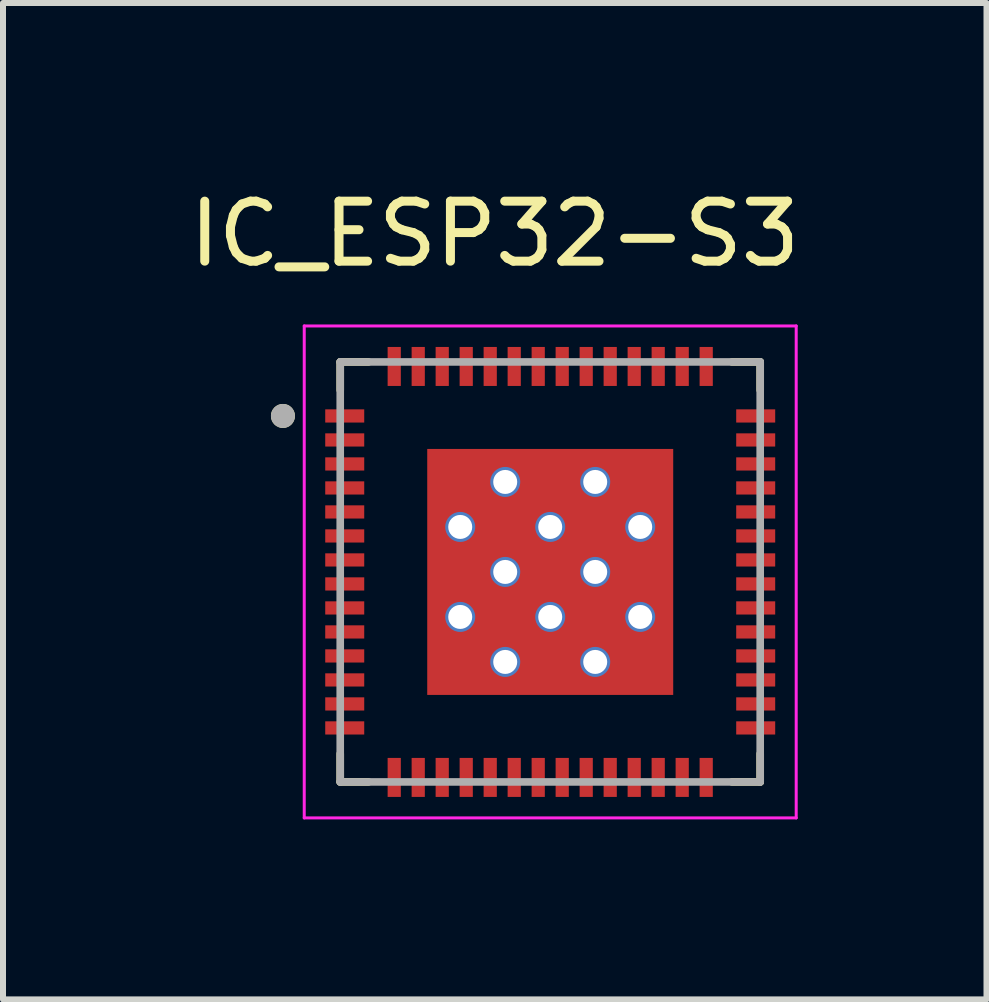
<source format=kicad_pcb>
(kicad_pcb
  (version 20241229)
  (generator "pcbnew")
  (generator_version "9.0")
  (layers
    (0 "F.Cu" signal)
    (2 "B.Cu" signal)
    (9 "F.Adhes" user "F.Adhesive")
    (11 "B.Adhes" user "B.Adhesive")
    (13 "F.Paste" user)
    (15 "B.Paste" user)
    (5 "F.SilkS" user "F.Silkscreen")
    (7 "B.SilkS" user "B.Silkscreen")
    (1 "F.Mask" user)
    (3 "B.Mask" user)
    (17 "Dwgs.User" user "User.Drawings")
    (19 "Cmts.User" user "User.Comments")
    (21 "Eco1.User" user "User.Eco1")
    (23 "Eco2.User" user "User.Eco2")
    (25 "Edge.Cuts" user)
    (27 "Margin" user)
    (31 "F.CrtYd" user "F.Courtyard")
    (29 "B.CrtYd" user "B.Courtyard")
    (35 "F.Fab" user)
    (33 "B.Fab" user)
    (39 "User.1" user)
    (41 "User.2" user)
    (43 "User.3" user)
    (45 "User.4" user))
  (footprint "IC_ESP32-S3"
    (layer "F.Cu")
    (at 6.121 6.483)
    (property "Reference" "IC_ESP32-S3" (at -0.925 -5.635 0) (layer "F.SilkS") (effects (font (size 1 1) (thickness 0.15))))
    (attr smd)
    (fp_poly (pts (xy -3.8 -2.76) (xy -3.05 -2.76) (xy -3.05 -2.44) (xy -3.8 -2.44)) (stroke (width 0.01) (type solid)) (fill yes) (layer "F.Mask"))
    (fp_poly (pts (xy -3.8 -2.36) (xy -3.05 -2.36) (xy -3.05 -2.04) (xy -3.8 -2.04)) (stroke (width 0.01) (type solid)) (fill yes) (layer "F.Mask"))
    (fp_poly (pts (xy -3.8 -1.96) (xy -3.05 -1.96) (xy -3.05 -1.64) (xy -3.8 -1.64)) (stroke (width 0.01) (type solid)) (fill yes) (layer "F.Mask"))
    (fp_poly (pts (xy -3.8 -1.56) (xy -3.05 -1.56) (xy -3.05 -1.24) (xy -3.8 -1.24)) (stroke (width 0.01) (type solid)) (fill yes) (layer "F.Mask"))
    (fp_poly (pts (xy -3.8 -1.16) (xy -3.05 -1.16) (xy -3.05 -0.84) (xy -3.8 -0.84)) (stroke (width 0.01) (type solid)) (fill yes) (layer "F.Mask"))
    (fp_poly (pts (xy -3.8 -0.76) (xy -3.05 -0.76) (xy -3.05 -0.44) (xy -3.8 -0.44)) (stroke (width 0.01) (type solid)) (fill yes) (layer "F.Mask"))
    (fp_poly (pts (xy -3.8 -0.36) (xy -3.05 -0.36) (xy -3.05 -0.04) (xy -3.8 -0.04)) (stroke (width 0.01) (type solid)) (fill yes) (layer "F.Mask"))
    (fp_poly (pts (xy -3.8 0.04) (xy -3.05 0.04) (xy -3.05 0.36) (xy -3.8 0.36)) (stroke (width 0.01) (type solid)) (fill yes) (layer "F.Mask"))
    (fp_poly (pts (xy -3.8 0.44) (xy -3.05 0.44) (xy -3.05 0.76) (xy -3.8 0.76)) (stroke (width 0.01) (type solid)) (fill yes) (layer "F.Mask"))
    (fp_poly (pts (xy -3.8 0.84) (xy -3.05 0.84) (xy -3.05 1.16) (xy -3.8 1.16)) (stroke (width 0.01) (type solid)) (fill yes) (layer "F.Mask"))
    (fp_poly (pts (xy -3.8 1.24) (xy -3.05 1.24) (xy -3.05 1.56) (xy -3.8 1.56)) (stroke (width 0.01) (type solid)) (fill yes) (layer "F.Mask"))
    (fp_poly (pts (xy -3.8 1.64) (xy -3.05 1.64) (xy -3.05 1.96) (xy -3.8 1.96)) (stroke (width 0.01) (type solid)) (fill yes) (layer "F.Mask"))
    (fp_poly (pts (xy -3.8 2.04) (xy -3.05 2.04) (xy -3.05 2.36) (xy -3.8 2.36)) (stroke (width 0.01) (type solid)) (fill yes) (layer "F.Mask"))
    (fp_poly (pts (xy -3.8 2.44) (xy -3.05 2.44) (xy -3.05 2.76) (xy -3.8 2.76)) (stroke (width 0.01) (type solid)) (fill yes) (layer "F.Mask"))
    (fp_poly (pts (xy -2.76 -3.8) (xy -2.44 -3.8) (xy -2.44 -3.05) (xy -2.76 -3.05)) (stroke (width 0.01) (type solid)) (fill yes) (layer "F.Mask"))
    (fp_poly (pts (xy -2.76 3.05) (xy -2.44 3.05) (xy -2.44 3.8) (xy -2.76 3.8)) (stroke (width 0.01) (type solid)) (fill yes) (layer "F.Mask"))
    (fp_poly (pts (xy -2.36 -3.8) (xy -2.04 -3.8) (xy -2.04 -3.05) (xy -2.36 -3.05)) (stroke (width 0.01) (type solid)) (fill yes) (layer "F.Mask"))
    (fp_poly (pts (xy -2.36 3.05) (xy -2.04 3.05) (xy -2.04 3.8) (xy -2.36 3.8)) (stroke (width 0.01) (type solid)) (fill yes) (layer "F.Mask"))
    (fp_poly (pts (xy -1.96 -3.8) (xy -1.64 -3.8) (xy -1.64 -3.05) (xy -1.96 -3.05)) (stroke (width 0.01) (type solid)) (fill yes) (layer "F.Mask"))
    (fp_poly (pts (xy -1.96 3.05) (xy -1.64 3.05) (xy -1.64 3.8) (xy -1.96 3.8)) (stroke (width 0.01) (type solid)) (fill yes) (layer "F.Mask"))
    (fp_poly (pts (xy -1.56 -3.8) (xy -1.24 -3.8) (xy -1.24 -3.05) (xy -1.56 -3.05)) (stroke (width 0.01) (type solid)) (fill yes) (layer "F.Mask"))
    (fp_poly (pts (xy -1.56 3.05) (xy -1.24 3.05) (xy -1.24 3.8) (xy -1.56 3.8)) (stroke (width 0.01) (type solid)) (fill yes) (layer "F.Mask"))
    (fp_poly (pts (xy -1.16 -3.8) (xy -0.84 -3.8) (xy -0.84 -3.05) (xy -1.16 -3.05)) (stroke (width 0.01) (type solid)) (fill yes) (layer "F.Mask"))
    (fp_poly (pts (xy -1.16 3.05) (xy -0.84 3.05) (xy -0.84 3.8) (xy -1.16 3.8)) (stroke (width 0.01) (type solid)) (fill yes) (layer "F.Mask"))
    (fp_poly (pts (xy -0.76 -3.8) (xy -0.44 -3.8) (xy -0.44 -3.05) (xy -0.76 -3.05)) (stroke (width 0.01) (type solid)) (fill yes) (layer "F.Mask"))
    (fp_poly (pts (xy -0.76 3.05) (xy -0.44 3.05) (xy -0.44 3.8) (xy -0.76 3.8)) (stroke (width 0.01) (type solid)) (fill yes) (layer "F.Mask"))
    (fp_poly (pts (xy -0.36 -3.8) (xy -0.04 -3.8) (xy -0.04 -3.05) (xy -0.36 -3.05)) (stroke (width 0.01) (type solid)) (fill yes) (layer "F.Mask"))
    (fp_poly (pts (xy -0.36 3.05) (xy -0.04 3.05) (xy -0.04 3.8) (xy -0.36 3.8)) (stroke (width 0.01) (type solid)) (fill yes) (layer "F.Mask"))
    (fp_poly (pts (xy 0.04 -3.8) (xy 0.36 -3.8) (xy 0.36 -3.05) (xy 0.04 -3.05)) (stroke (width 0.01) (type solid)) (fill yes) (layer "F.Mask"))
    (fp_poly (pts (xy 0.04 3.05) (xy 0.36 3.05) (xy 0.36 3.8) (xy 0.04 3.8)) (stroke (width 0.01) (type solid)) (fill yes) (layer "F.Mask"))
    (fp_poly (pts (xy 0.44 -3.8) (xy 0.76 -3.8) (xy 0.76 -3.05) (xy 0.44 -3.05)) (stroke (width 0.01) (type solid)) (fill yes) (layer "F.Mask"))
    (fp_poly (pts (xy 0.44 3.05) (xy 0.76 3.05) (xy 0.76 3.8) (xy 0.44 3.8)) (stroke (width 0.01) (type solid)) (fill yes) (layer "F.Mask"))
    (fp_poly (pts (xy 0.84 -3.8) (xy 1.16 -3.8) (xy 1.16 -3.05) (xy 0.84 -3.05)) (stroke (width 0.01) (type solid)) (fill yes) (layer "F.Mask"))
    (fp_poly (pts (xy 0.84 3.05) (xy 1.16 3.05) (xy 1.16 3.8) (xy 0.84 3.8)) (stroke (width 0.01) (type solid)) (fill yes) (layer "F.Mask"))
    (fp_poly (pts (xy 1.24 -3.8) (xy 1.56 -3.8) (xy 1.56 -3.05) (xy 1.24 -3.05)) (stroke (width 0.01) (type solid)) (fill yes) (layer "F.Mask"))
    (fp_poly (pts (xy 1.24 3.05) (xy 1.56 3.05) (xy 1.56 3.8) (xy 1.24 3.8)) (stroke (width 0.01) (type solid)) (fill yes) (layer "F.Mask"))
    (fp_poly (pts (xy 1.64 -3.8) (xy 1.96 -3.8) (xy 1.96 -3.05) (xy 1.64 -3.05)) (stroke (width 0.01) (type solid)) (fill yes) (layer "F.Mask"))
    (fp_poly (pts (xy 1.64 3.05) (xy 1.96 3.05) (xy 1.96 3.8) (xy 1.64 3.8)) (stroke (width 0.01) (type solid)) (fill yes) (layer "F.Mask"))
    (fp_poly (pts (xy 2.04 -3.8) (xy 2.36 -3.8) (xy 2.36 -3.05) (xy 2.04 -3.05)) (stroke (width 0.01) (type solid)) (fill yes) (layer "F.Mask"))
    (fp_poly (pts (xy 2.04 3.05) (xy 2.36 3.05) (xy 2.36 3.8) (xy 2.04 3.8)) (stroke (width 0.01) (type solid)) (fill yes) (layer "F.Mask"))
    (fp_poly (pts (xy 2.44 -3.8) (xy 2.76 -3.8) (xy 2.76 -3.05) (xy 2.44 -3.05)) (stroke (width 0.01) (type solid)) (fill yes) (layer "F.Mask"))
    (fp_poly (pts (xy 2.44 3.05) (xy 2.76 3.05) (xy 2.76 3.8) (xy 2.44 3.8)) (stroke (width 0.01) (type solid)) (fill yes) (layer "F.Mask"))
    (fp_poly (pts (xy 3.05 -2.76) (xy 3.8 -2.76) (xy 3.8 -2.44) (xy 3.05 -2.44)) (stroke (width 0.01) (type solid)) (fill yes) (layer "F.Mask"))
    (fp_poly (pts (xy 3.05 -2.36) (xy 3.8 -2.36) (xy 3.8 -2.04) (xy 3.05 -2.04)) (stroke (width 0.01) (type solid)) (fill yes) (layer "F.Mask"))
    (fp_poly (pts (xy 3.05 -1.96) (xy 3.8 -1.96) (xy 3.8 -1.64) (xy 3.05 -1.64)) (stroke (width 0.01) (type solid)) (fill yes) (layer "F.Mask"))
    (fp_poly (pts (xy 3.05 -1.56) (xy 3.8 -1.56) (xy 3.8 -1.24) (xy 3.05 -1.24)) (stroke (width 0.01) (type solid)) (fill yes) (layer "F.Mask"))
    (fp_poly (pts (xy 3.05 -1.16) (xy 3.8 -1.16) (xy 3.8 -0.84) (xy 3.05 -0.84)) (stroke (width 0.01) (type solid)) (fill yes) (layer "F.Mask"))
    (fp_poly (pts (xy 3.05 -0.76) (xy 3.8 -0.76) (xy 3.8 -0.44) (xy 3.05 -0.44)) (stroke (width 0.01) (type solid)) (fill yes) (layer "F.Mask"))
    (fp_poly (pts (xy 3.05 -0.36) (xy 3.8 -0.36) (xy 3.8 -0.04) (xy 3.05 -0.04)) (stroke (width 0.01) (type solid)) (fill yes) (layer "F.Mask"))
    (fp_poly (pts (xy 3.05 0.04) (xy 3.8 0.04) (xy 3.8 0.36) (xy 3.05 0.36)) (stroke (width 0.01) (type solid)) (fill yes) (layer "F.Mask"))
    (fp_poly (pts (xy 3.05 0.44) (xy 3.8 0.44) (xy 3.8 0.76) (xy 3.05 0.76)) (stroke (width 0.01) (type solid)) (fill yes) (layer "F.Mask"))
    (fp_poly (pts (xy 3.05 0.84) (xy 3.8 0.84) (xy 3.8 1.16) (xy 3.05 1.16)) (stroke (width 0.01) (type solid)) (fill yes) (layer "F.Mask"))
    (fp_poly (pts (xy 3.05 1.24) (xy 3.8 1.24) (xy 3.8 1.56) (xy 3.05 1.56)) (stroke (width 0.01) (type solid)) (fill yes) (layer "F.Mask"))
    (fp_poly (pts (xy 3.05 1.64) (xy 3.8 1.64) (xy 3.8 1.96) (xy 3.05 1.96)) (stroke (width 0.01) (type solid)) (fill yes) (layer "F.Mask"))
    (fp_poly (pts (xy 3.05 2.04) (xy 3.8 2.04) (xy 3.8 2.36) (xy 3.05 2.36)) (stroke (width 0.01) (type solid)) (fill yes) (layer "F.Mask"))
    (fp_poly (pts (xy 3.05 2.44) (xy 3.8 2.44) (xy 3.8 2.76) (xy 3.05 2.76)) (stroke (width 0.01) (type solid)) (fill yes) (layer "F.Mask"))
    (fp_line (start -3.5 -3.5) (end -3.5 -3.03) (stroke (width 0.127) (type solid)) (layer "F.SilkS"))
    (fp_line (start -3.5 -3.5) (end -3.03 -3.5) (stroke (width 0.127) (type solid)) (layer "F.SilkS"))
    (fp_line (start -3.5 3.5) (end -3.5 3.03) (stroke (width 0.127) (type solid)) (layer "F.SilkS"))
    (fp_line (start -3.5 3.5) (end -3.03 3.5) (stroke (width 0.127) (type solid)) (layer "F.SilkS"))
    (fp_line (start 3.5 -3.5) (end 3.03 -3.5) (stroke (width 0.127) (type solid)) (layer "F.SilkS"))
    (fp_line (start 3.5 -3.5) (end 3.5 -3.03) (stroke (width 0.127) (type solid)) (layer "F.SilkS"))
    (fp_line (start 3.5 3.5) (end 3.03 3.5) (stroke (width 0.127) (type solid)) (layer "F.SilkS"))
    (fp_line (start 3.5 3.5) (end 3.5 3.03) (stroke (width 0.127) (type solid)) (layer "F.SilkS"))
    (fp_circle (center -4.455 -2.6) (end -4.355 -2.6) (stroke (width 0.2) (type solid)) (fill no) (layer "F.SilkS"))
    (fp_poly (pts (xy -2 -2) (xy -1 -2) (xy -1 -1) (xy -2 -1)) (stroke (width 0.01) (type solid)) (fill yes) (layer "F.Paste"))
    (fp_poly (pts (xy -2 -0.5) (xy -1 -0.5) (xy -1 0.5) (xy -2 0.5)) (stroke (width 0.01) (type solid)) (fill yes) (layer "F.Paste"))
    (fp_poly (pts (xy -2 1) (xy -1 1) (xy -1 2) (xy -2 2)) (stroke (width 0.01) (type solid)) (fill yes) (layer "F.Paste"))
    (fp_poly (pts (xy -0.5 -2) (xy 0.5 -2) (xy 0.5 -1) (xy -0.5 -1)) (stroke (width 0.01) (type solid)) (fill yes) (layer "F.Paste"))
    (fp_poly (pts (xy -0.5 -0.5) (xy 0.5 -0.5) (xy 0.5 0.5) (xy -0.5 0.5)) (stroke (width 0.01) (type solid)) (fill yes) (layer "F.Paste"))
    (fp_poly (pts (xy -0.5 1) (xy 0.5 1) (xy 0.5 2) (xy -0.5 2)) (stroke (width 0.01) (type solid)) (fill yes) (layer "F.Paste"))
    (fp_poly (pts (xy 1 -2) (xy 2 -2) (xy 2 -1) (xy 1 -1)) (stroke (width 0.01) (type solid)) (fill yes) (layer "F.Paste"))
    (fp_poly (pts (xy 1 -0.5) (xy 2 -0.5) (xy 2 0.5) (xy 1 0.5)) (stroke (width 0.01) (type solid)) (fill yes) (layer "F.Paste"))
    (fp_poly (pts (xy 1 1) (xy 2 1) (xy 2 2) (xy 1 2)) (stroke (width 0.01) (type solid)) (fill yes) (layer "F.Paste"))
    (fp_line (start -4.1 -4.1) (end 4.1 -4.1) (stroke (width 0.05) (type solid)) (layer "F.CrtYd"))
    (fp_line (start -4.1 4.1) (end -4.1 -4.1) (stroke (width 0.05) (type solid)) (layer "F.CrtYd"))
    (fp_line (start -4.1 4.1) (end 4.1 4.1) (stroke (width 0.05) (type solid)) (layer "F.CrtYd"))
    (fp_line (start 4.1 4.1) (end 4.1 -4.1) (stroke (width 0.05) (type solid)) (layer "F.CrtYd"))
    (fp_line (start -3.5 3.5) (end -3.5 -3.5) (stroke (width 0.127) (type solid)) (layer "F.Fab"))
    (fp_line (start 3.5 -3.5) (end -3.5 -3.5) (stroke (width 0.127) (type solid)) (layer "F.Fab"))
    (fp_line (start 3.5 3.5) (end -3.5 3.5) (stroke (width 0.127) (type solid)) (layer "F.Fab"))
    (fp_line (start 3.5 3.5) (end 3.5 -3.5) (stroke (width 0.127) (type solid)) (layer "F.Fab"))
    (fp_circle (center -4.455 -2.6) (end -4.355 -2.6) (stroke (width 0.2) (type solid)) (fill no) (layer "F.Fab"))
    (pad "1" smd rect (at -3.425 -2.6) (size 0.65 0.22) (layers "F.Cu" "F.Paste"))
    (pad "2" smd rect (at -3.425 -2.2) (size 0.65 0.22) (layers "F.Cu" "F.Paste"))
    (pad "3" smd rect (at -3.425 -1.8) (size 0.65 0.22) (layers "F.Cu" "F.Paste"))
    (pad "4" smd rect (at -3.425 -1.4) (size 0.65 0.22) (layers "F.Cu" "F.Paste"))
    (pad "5" smd rect (at -3.425 -1) (size 0.65 0.22) (layers "F.Cu" "F.Paste"))
    (pad "6" smd rect (at -3.425 -0.6) (size 0.65 0.22) (layers "F.Cu" "F.Paste"))
    (pad "7" smd rect (at -3.425 -0.2) (size 0.65 0.22) (layers "F.Cu" "F.Paste"))
    (pad "8" smd rect (at -3.425 0.2) (size 0.65 0.22) (layers "F.Cu" "F.Paste"))
    (pad "9" smd rect (at -3.425 0.6) (size 0.65 0.22) (layers "F.Cu" "F.Paste"))
    (pad "10" smd rect (at -3.425 1) (size 0.65 0.22) (layers "F.Cu" "F.Paste"))
    (pad "11" smd rect (at -3.425 1.4) (size 0.65 0.22) (layers "F.Cu" "F.Paste"))
    (pad "12" smd rect (at -3.425 1.8) (size 0.65 0.22) (layers "F.Cu" "F.Paste"))
    (pad "13" smd rect (at -3.425 2.2) (size 0.65 0.22) (layers "F.Cu" "F.Paste"))
    (pad "14" smd rect (at -3.425 2.6) (size 0.65 0.22) (layers "F.Cu" "F.Paste"))
    (pad "15" smd rect (at -2.6 3.425) (size 0.22 0.65) (layers "F.Cu" "F.Paste"))
    (pad "16" smd rect (at -2.2 3.425) (size 0.22 0.65) (layers "F.Cu" "F.Paste"))
    (pad "17" smd rect (at -1.8 3.425) (size 0.22 0.65) (layers "F.Cu" "F.Paste"))
    (pad "18" smd rect (at -1.4 3.425) (size 0.22 0.65) (layers "F.Cu" "F.Paste"))
    (pad "19" smd rect (at -1 3.425) (size 0.22 0.65) (layers "F.Cu" "F.Paste"))
    (pad "20" smd rect (at -0.6 3.425) (size 0.22 0.65) (layers "F.Cu" "F.Paste"))
    (pad "21" smd rect (at -0.2 3.425) (size 0.22 0.65) (layers "F.Cu" "F.Paste"))
    (pad "22" smd rect (at 0.2 3.425) (size 0.22 0.65) (layers "F.Cu" "F.Paste"))
    (pad "23" smd rect (at 0.6 3.425) (size 0.22 0.65) (layers "F.Cu" "F.Paste"))
    (pad "24" smd rect (at 1 3.425) (size 0.22 0.65) (layers "F.Cu" "F.Paste"))
    (pad "25" smd rect (at 1.4 3.425) (size 0.22 0.65) (layers "F.Cu" "F.Paste"))
    (pad "26" smd rect (at 1.8 3.425) (size 0.22 0.65) (layers "F.Cu" "F.Paste"))
    (pad "27" smd rect (at 2.2 3.425) (size 0.22 0.65) (layers "F.Cu" "F.Paste"))
    (pad "28" smd rect (at 2.6 3.425) (size 0.22 0.65) (layers "F.Cu" "F.Paste"))
    (pad "29" smd rect (at 3.425 2.6) (size 0.65 0.22) (layers "F.Cu" "F.Paste"))
    (pad "30" smd rect (at 3.425 2.2) (size 0.65 0.22) (layers "F.Cu" "F.Paste"))
    (pad "31" smd rect (at 3.425 1.8) (size 0.65 0.22) (layers "F.Cu" "F.Paste"))
    (pad "32" smd rect (at 3.425 1.4) (size 0.65 0.22) (layers "F.Cu" "F.Paste"))
    (pad "33" smd rect (at 3.425 1) (size 0.65 0.22) (layers "F.Cu" "F.Paste"))
    (pad "34" smd rect (at 3.425 0.6) (size 0.65 0.22) (layers "F.Cu" "F.Paste"))
    (pad "35" smd rect (at 3.425 0.2) (size 0.65 0.22) (layers "F.Cu" "F.Paste"))
    (pad "36" smd rect (at 3.425 -0.2) (size 0.65 0.22) (layers "F.Cu" "F.Paste"))
    (pad "37" smd rect (at 3.425 -0.6) (size 0.65 0.22) (layers "F.Cu" "F.Paste"))
    (pad "38" smd rect (at 3.425 -1) (size 0.65 0.22) (layers "F.Cu" "F.Paste"))
    (pad "39" smd rect (at 3.425 -1.4) (size 0.65 0.22) (layers "F.Cu" "F.Paste"))
    (pad "40" smd rect (at 3.425 -1.8) (size 0.65 0.22) (layers "F.Cu" "F.Paste"))
    (pad "41" smd rect (at 3.425 -2.2) (size 0.65 0.22) (layers "F.Cu" "F.Paste"))
    (pad "42" smd rect (at 3.425 -2.6) (size 0.65 0.22) (layers "F.Cu" "F.Paste"))
    (pad "43" smd rect (at 2.6 -3.425) (size 0.22 0.65) (layers "F.Cu" "F.Paste"))
    (pad "44" smd rect (at 2.2 -3.425) (size 0.22 0.65) (layers "F.Cu" "F.Paste"))
    (pad "45" smd rect (at 1.8 -3.425) (size 0.22 0.65) (layers "F.Cu" "F.Paste"))
    (pad "46" smd rect (at 1.4 -3.425) (size 0.22 0.65) (layers "F.Cu" "F.Paste"))
    (pad "47" smd rect (at 1 -3.425) (size 0.22 0.65) (layers "F.Cu" "F.Paste"))
    (pad "48" smd rect (at 0.6 -3.425) (size 0.22 0.65) (layers "F.Cu" "F.Paste"))
    (pad "49" smd rect (at 0.2 -3.425) (size 0.22 0.65) (layers "F.Cu" "F.Paste"))
    (pad "50" smd rect (at -0.2 -3.425) (size 0.22 0.65) (layers "F.Cu" "F.Paste"))
    (pad "51" smd rect (at -0.6 -3.425) (size 0.22 0.65) (layers "F.Cu" "F.Paste"))
    (pad "52" smd rect (at -1 -3.425) (size 0.22 0.65) (layers "F.Cu" "F.Paste"))
    (pad "53" smd rect (at -1.4 -3.425) (size 0.22 0.65) (layers "F.Cu" "F.Paste"))
    (pad "54" smd rect (at -1.8 -3.425) (size 0.22 0.65) (layers "F.Cu" "F.Paste"))
    (pad "55" smd rect (at -2.2 -3.425) (size 0.22 0.65) (layers "F.Cu" "F.Paste"))
    (pad "56" smd rect (at -2.6 -3.425) (size 0.22 0.65) (layers "F.Cu" "F.Paste"))
    (pad "57" thru_hole circle (at -1.5 -0.75) (size 0.5 0.5) (drill 0.4) (layers "*.Cu"))
    (pad "57" thru_hole circle (at -1.5 0.75) (size 0.5 0.5) (drill 0.4) (layers "*.Cu"))
    (pad "57" thru_hole circle (at -0.75 -1.5) (size 0.5 0.5) (drill 0.4) (layers "*.Cu"))
    (pad "57" thru_hole circle (at -0.75 0) (size 0.5 0.5) (drill 0.4) (layers "*.Cu"))
    (pad "57" thru_hole circle (at -0.75 1.5) (size 0.5 0.5) (drill 0.4) (layers "*.Cu"))
    (pad "57" thru_hole circle (at 0 -0.75) (size 0.5 0.5) (drill 0.4) (layers "*.Cu"))
    (pad "57" smd rect (at 0 0) (size 4.1 4.1) (layers "F.Cu" "F.Mask"))
    (pad "57" thru_hole circle (at 0 0.75) (size 0.5 0.5) (drill 0.4) (layers "*.Cu"))
    (pad "57" thru_hole circle (at 0.75 -1.5) (size 0.5 0.5) (drill 0.4) (layers "*.Cu"))
    (pad "57" thru_hole circle (at 0.75 0) (size 0.5 0.5) (drill 0.4) (layers "*.Cu"))
    (pad "57" thru_hole circle (at 0.75 1.5) (size 0.5 0.5) (drill 0.4) (layers "*.Cu"))
    (pad "57" thru_hole circle (at 1.5 -0.75) (size 0.5 0.5) (drill 0.4) (layers "*.Cu"))
    (pad "57" thru_hole circle (at 1.5 0.75) (size 0.5 0.5) (drill 0.4) (layers "*.Cu")))
  (gr_rect
    (start -3 -3)
    (end 13.393 13.608)
    (stroke (width 0.1) (type default))
    (fill no)
    (layer "Edge.Cuts")))
</source>
